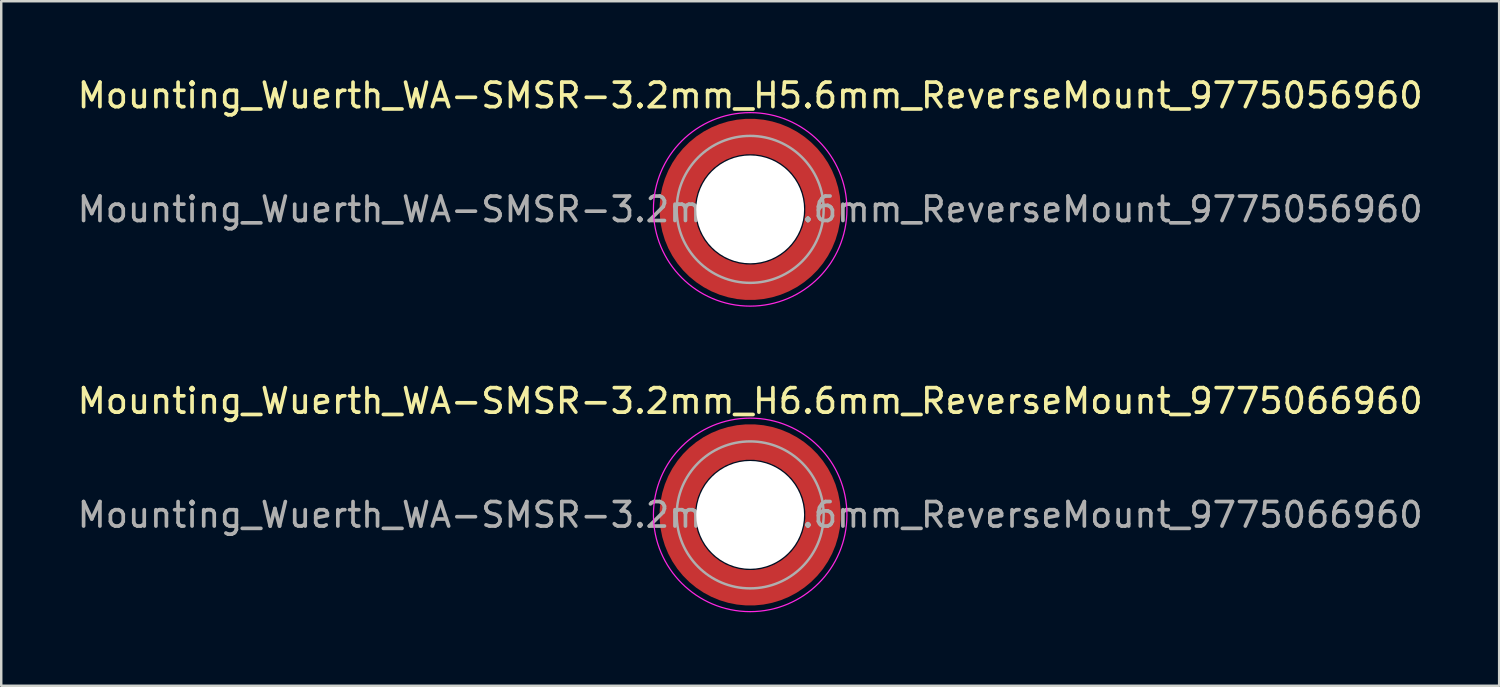
<source format=kicad_pcb>
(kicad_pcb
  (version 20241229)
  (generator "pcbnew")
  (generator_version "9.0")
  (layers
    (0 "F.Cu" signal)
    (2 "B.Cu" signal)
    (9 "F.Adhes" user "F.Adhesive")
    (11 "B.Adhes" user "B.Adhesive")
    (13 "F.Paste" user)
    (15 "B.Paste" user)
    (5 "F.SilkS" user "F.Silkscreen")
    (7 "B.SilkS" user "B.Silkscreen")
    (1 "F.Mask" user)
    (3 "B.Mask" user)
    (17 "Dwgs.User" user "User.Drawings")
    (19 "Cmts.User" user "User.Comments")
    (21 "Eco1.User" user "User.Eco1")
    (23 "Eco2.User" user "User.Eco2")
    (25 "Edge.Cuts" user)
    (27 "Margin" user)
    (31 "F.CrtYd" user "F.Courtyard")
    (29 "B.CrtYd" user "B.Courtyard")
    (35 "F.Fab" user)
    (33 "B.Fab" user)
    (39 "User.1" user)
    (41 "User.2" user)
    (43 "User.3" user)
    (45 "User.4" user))
  (footprint "Mounting_Wuerth_WA-SMSR-3.2mm_H6.6mm_ReverseMount_9775066960"
    (layer "F.Cu")
    (at 27.577 17.971)
    (property "Reference" "Mounting_Wuerth_WA-SMSR-3.2mm_H6.6mm_ReverseMount_9775066960" (at 0 -4.65 0) (layer "F.SilkS") (effects (font (size 1 1) (thickness 0.15))))
    (attr smd)
    (fp_circle (center 0 0) (end 3.95 0) (stroke (width 0.05) (type solid)) (fill no) (layer "F.CrtYd"))
    (fp_circle (center 0 0) (end 3 0) (stroke (width 0.1) (type solid)) (fill no) (layer "F.Fab"))
    (fp_text user "${REFERENCE}" (at 0 0 0) (layer "F.Fab") (effects (font (size 1 1) (thickness 0.15))))
    (pad "" smd custom (at -2.095 -2.095) (size 0.945 0.945) (layers "F.Paste") (options (anchor circle)) (primitives (gr_arc (start -0.24231 1.594804) (mid 0.404104 0.405534) (end 1.592827 -0.241886) (width 0.2)) (gr_arc (start -0.3398 1.594804) (mid 0.335987 0.338711) (end 1.591031 -0.339022) (width 0.2)) (gr_arc (start -0.437132 1.594804) (mid 0.268952 0.270807) (end 1.592231 -0.436623) (width 0.2)) (gr_arc (start -0.534324 1.594804) (mid 0.201345 0.203474) (end 1.591846 -0.53376) (width 0.2)) (gr_arc (start -0.631391 1.594804) (mid 0.134696 0.135183) (end 1.594126 -0.631267) (width 0.2)) (gr_arc (start -0.728345 1.594804) (mid 0.067234 0.067705) (end 1.594149 -0.728229) (width 0.2)) (gr_arc (start -0.825197 1.594804) (mid -0.001218 0.001219) (end 1.591408 -0.824614) (width 0.2)) (gr_arc (start -0.921958 1.594804) (mid -0.068952 -0.065985) (end 1.590665 -0.921269) (width 0.2)) (gr_arc (start -1.018637 1.594804) (mid -0.135972 -0.133907) (end 1.59192 -1.018172) (width 0.2)) (gr_arc (start -1.115239 1.594804) (mid -0.20428 -0.200537) (end 1.589574 -1.11442) (width 0.2)) (gr_arc (start -1.211773 1.594804) (mid -0.26993 -0.269828) (end 1.594662 -1.211751) (width 0.2)) (gr_arc (start -1.308244 1.594804) (mid -0.33911 -0.335587) (end 1.589875 -1.307516) (width 0.2)) (gr_arc (start -1.404657 1.594804) (mid -0.405633 -0.404004) (end 1.592524 -1.404331) (width 0.2)) (gr_arc (start -1.404657 1.594804) (mid -0.405633 -0.404004) (end 1.592524 -1.404331) (width 0.2)) (gr_line (start 1.595 -0.242) (end 1.595 -1.405) (width 0.2)) (gr_line (start -0.242 1.595) (end -1.405 1.595) (width 0.2))))
    (pad "" smd custom (at -2.095 2.095) (size 0.945 0.945) (layers "F.Paste") (options (anchor circle)) (primitives (gr_arc (start 1.594804 0.24231) (mid 0.405534 -0.404104) (end -0.241886 -1.592827) (width 0.2)) (gr_arc (start 1.594804 0.3398) (mid 0.338711 -0.335987) (end -0.339022 -1.591031) (width 0.2)) (gr_arc (start 1.594804 0.437132) (mid 0.270807 -0.268952) (end -0.436623 -1.592231) (width 0.2)) (gr_arc (start 1.594804 0.534324) (mid 0.203474 -0.201345) (end -0.53376 -1.591846) (width 0.2)) (gr_arc (start 1.594804 0.631391) (mid 0.135183 -0.134696) (end -0.631267 -1.594126) (width 0.2)) (gr_arc (start 1.594804 0.728345) (mid 0.067705 -0.067234) (end -0.728229 -1.594149) (width 0.2)) (gr_arc (start 1.594804 0.825197) (mid 0.001219 0.001218) (end -0.824614 -1.591408) (width 0.2)) (gr_arc (start 1.594804 0.921958) (mid -0.065985 0.068952) (end -0.921269 -1.590665) (width 0.2)) (gr_arc (start 1.594804 1.018637) (mid -0.133907 0.135972) (end -1.018172 -1.59192) (width 0.2)) (gr_arc (start 1.594804 1.115239) (mid -0.200537 0.20428) (end -1.11442 -1.589574) (width 0.2)) (gr_arc (start 1.594804 1.211773) (mid -0.269828 0.26993) (end -1.211751 -1.594662) (width 0.2)) (gr_arc (start 1.594804 1.308244) (mid -0.335587 0.33911) (end -1.307516 -1.589875) (width 0.2)) (gr_arc (start 1.594804 1.404657) (mid -0.404004 0.405633) (end -1.404331 -1.592524) (width 0.2)) (gr_arc (start 1.594804 1.404657) (mid -0.404004 0.405633) (end -1.404331 -1.592524) (width 0.2)) (gr_line (start -0.242 -1.595) (end -1.405 -1.595) (width 0.2)) (gr_line (start 1.595 0.242) (end 1.595 1.405) (width 0.2))))
    (pad "" np_thru_hole circle (at 0 0) (size 4.4 4.4) (drill 4.4) (layers "*.Cu" "*.Mask"))
    (pad "" smd custom (at 2.095 -2.095) (size 0.945 0.945) (layers "F.Paste") (options (anchor circle)) (primitives (gr_arc (start -1.594804 -0.24231) (mid -0.405534 0.404104) (end 0.241886 1.592827) (width 0.2)) (gr_arc (start -1.594804 -0.3398) (mid -0.338711 0.335987) (end 0.339022 1.591031) (width 0.2)) (gr_arc (start -1.594804 -0.437132) (mid -0.270807 0.268952) (end 0.436623 1.592231) (width 0.2)) (gr_arc (start -1.594804 -0.534324) (mid -0.203474 0.201345) (end 0.53376 1.591846) (width 0.2)) (gr_arc (start -1.594804 -0.631391) (mid -0.135183 0.134696) (end 0.631267 1.594126) (width 0.2)) (gr_arc (start -1.594804 -0.728345) (mid -0.067705 0.067234) (end 0.728229 1.594149) (width 0.2)) (gr_arc (start -1.594804 -0.825197) (mid -0.001219 -0.001218) (end 0.824614 1.591408) (width 0.2)) (gr_arc (start -1.594804 -0.921958) (mid 0.065985 -0.068952) (end 0.921269 1.590665) (width 0.2)) (gr_arc (start -1.594804 -1.018637) (mid 0.133907 -0.135972) (end 1.018172 1.59192) (width 0.2)) (gr_arc (start -1.594804 -1.115239) (mid 0.200537 -0.20428) (end 1.11442 1.589574) (width 0.2)) (gr_arc (start -1.594804 -1.211773) (mid 0.269828 -0.26993) (end 1.211751 1.594662) (width 0.2)) (gr_arc (start -1.594804 -1.308244) (mid 0.335587 -0.33911) (end 1.307516 1.589875) (width 0.2)) (gr_arc (start -1.594804 -1.404657) (mid 0.404004 -0.405633) (end 1.404331 1.592524) (width 0.2)) (gr_arc (start -1.594804 -1.404657) (mid 0.404004 -0.405633) (end 1.404331 1.592524) (width 0.2)) (gr_line (start 0.242 1.595) (end 1.405 1.595) (width 0.2)) (gr_line (start -1.595 -0.242) (end -1.595 -1.405) (width 0.2))))
    (pad "" smd custom (at 2.095 2.095) (size 0.945 0.945) (layers "F.Paste") (options (anchor circle)) (primitives (gr_arc (start 0.24231 -1.594804) (mid -0.404104 -0.405534) (end -1.592827 0.241886) (width 0.2)) (gr_arc (start 0.3398 -1.594804) (mid -0.335987 -0.338711) (end -1.591031 0.339022) (width 0.2)) (gr_arc (start 0.437132 -1.594804) (mid -0.268952 -0.270807) (end -1.592231 0.436623) (width 0.2)) (gr_arc (start 0.534324 -1.594804) (mid -0.201345 -0.203474) (end -1.591846 0.53376) (width 0.2)) (gr_arc (start 0.631391 -1.594804) (mid -0.134696 -0.135183) (end -1.594126 0.631267) (width 0.2)) (gr_arc (start 0.728345 -1.594804) (mid -0.067234 -0.067705) (end -1.594149 0.728229) (width 0.2)) (gr_arc (start 0.825197 -1.594804) (mid 0.001218 -0.001219) (end -1.591408 0.824614) (width 0.2)) (gr_arc (start 0.921958 -1.594804) (mid 0.068952 0.065985) (end -1.590665 0.921269) (width 0.2)) (gr_arc (start 1.018637 -1.594804) (mid 0.135972 0.133907) (end -1.59192 1.018172) (width 0.2)) (gr_arc (start 1.115239 -1.594804) (mid 0.20428 0.200537) (end -1.589574 1.11442) (width 0.2)) (gr_arc (start 1.211773 -1.594804) (mid 0.26993 0.269828) (end -1.594662 1.211751) (width 0.2)) (gr_arc (start 1.308244 -1.594804) (mid 0.33911 0.335587) (end -1.589875 1.307516) (width 0.2)) (gr_arc (start 1.404657 -1.594804) (mid 0.405633 0.404004) (end -1.592524 1.404331) (width 0.2)) (gr_arc (start 1.404657 -1.594804) (mid 0.405633 0.404004) (end -1.592524 1.404331) (width 0.2)) (gr_line (start -1.595 0.242) (end -1.595 1.405) (width 0.2)) (gr_line (start 0.242 -1.595) (end 1.405 -1.595) (width 0.2))))
    (pad "1" smd circle (at -2.975 0) (size 1.05 1.05) (layers "F.Cu"))
    (pad "1" smd circle (at 0 -2.975) (size 1.05 1.05) (layers "F.Cu"))
    (pad "1" smd circle (at 0 2.975) (size 1.05 1.05) (layers "F.Cu"))
    (pad "1" smd custom (at 2.975 0) (size 1.05 1.05) (layers "F.Cu" "F.Mask") (options (anchor circle)) (primitives (gr_circle (center -2.975 0) (end 0 0) (width 1.45) (fill no)))))
  (footprint "Mounting_Wuerth_WA-SMSR-3.2mm_H5.6mm_ReverseMount_9775056960"
    (layer "F.Cu")
    (at 27.577 5.498)
    (property "Reference" "Mounting_Wuerth_WA-SMSR-3.2mm_H5.6mm_ReverseMount_9775056960" (at 0 -4.65 0) (layer "F.SilkS") (effects (font (size 1 1) (thickness 0.15))))
    (attr smd)
    (fp_circle (center 0 0) (end 3.95 0) (stroke (width 0.05) (type solid)) (fill no) (layer "F.CrtYd"))
    (fp_circle (center 0 0) (end 3 0) (stroke (width 0.1) (type solid)) (fill no) (layer "F.Fab"))
    (fp_text user "${REFERENCE}" (at 0 0 0) (layer "F.Fab") (effects (font (size 1 1) (thickness 0.15))))
    (pad "" smd custom (at -2.095 -2.095) (size 0.945 0.945) (layers "F.Paste") (options (anchor circle)) (primitives (gr_arc (start -0.24231 1.594804) (mid 0.404104 0.405534) (end 1.592827 -0.241886) (width 0.2)) (gr_arc (start -0.3398 1.594804) (mid 0.335987 0.338711) (end 1.591031 -0.339022) (width 0.2)) (gr_arc (start -0.437132 1.594804) (mid 0.268952 0.270807) (end 1.592231 -0.436623) (width 0.2)) (gr_arc (start -0.534324 1.594804) (mid 0.201345 0.203474) (end 1.591846 -0.53376) (width 0.2)) (gr_arc (start -0.631391 1.594804) (mid 0.134696 0.135183) (end 1.594126 -0.631267) (width 0.2)) (gr_arc (start -0.728345 1.594804) (mid 0.067234 0.067705) (end 1.594149 -0.728229) (width 0.2)) (gr_arc (start -0.825197 1.594804) (mid -0.001218 0.001219) (end 1.591408 -0.824614) (width 0.2)) (gr_arc (start -0.921958 1.594804) (mid -0.068952 -0.065985) (end 1.590665 -0.921269) (width 0.2)) (gr_arc (start -1.018637 1.594804) (mid -0.135972 -0.133907) (end 1.59192 -1.018172) (width 0.2)) (gr_arc (start -1.115239 1.594804) (mid -0.20428 -0.200537) (end 1.589574 -1.11442) (width 0.2)) (gr_arc (start -1.211773 1.594804) (mid -0.26993 -0.269828) (end 1.594662 -1.211751) (width 0.2)) (gr_arc (start -1.308244 1.594804) (mid -0.33911 -0.335587) (end 1.589875 -1.307516) (width 0.2)) (gr_arc (start -1.404657 1.594804) (mid -0.405633 -0.404004) (end 1.592524 -1.404331) (width 0.2)) (gr_arc (start -1.404657 1.594804) (mid -0.405633 -0.404004) (end 1.592524 -1.404331) (width 0.2)) (gr_line (start 1.595 -0.242) (end 1.595 -1.405) (width 0.2)) (gr_line (start -0.242 1.595) (end -1.405 1.595) (width 0.2))))
    (pad "" smd custom (at -2.095 2.095) (size 0.945 0.945) (layers "F.Paste") (options (anchor circle)) (primitives (gr_arc (start 1.594804 0.24231) (mid 0.405534 -0.404104) (end -0.241886 -1.592827) (width 0.2)) (gr_arc (start 1.594804 0.3398) (mid 0.338711 -0.335987) (end -0.339022 -1.591031) (width 0.2)) (gr_arc (start 1.594804 0.437132) (mid 0.270807 -0.268952) (end -0.436623 -1.592231) (width 0.2)) (gr_arc (start 1.594804 0.534324) (mid 0.203474 -0.201345) (end -0.53376 -1.591846) (width 0.2)) (gr_arc (start 1.594804 0.631391) (mid 0.135183 -0.134696) (end -0.631267 -1.594126) (width 0.2)) (gr_arc (start 1.594804 0.728345) (mid 0.067705 -0.067234) (end -0.728229 -1.594149) (width 0.2)) (gr_arc (start 1.594804 0.825197) (mid 0.001219 0.001218) (end -0.824614 -1.591408) (width 0.2)) (gr_arc (start 1.594804 0.921958) (mid -0.065985 0.068952) (end -0.921269 -1.590665) (width 0.2)) (gr_arc (start 1.594804 1.018637) (mid -0.133907 0.135972) (end -1.018172 -1.59192) (width 0.2)) (gr_arc (start 1.594804 1.115239) (mid -0.200537 0.20428) (end -1.11442 -1.589574) (width 0.2)) (gr_arc (start 1.594804 1.211773) (mid -0.269828 0.26993) (end -1.211751 -1.594662) (width 0.2)) (gr_arc (start 1.594804 1.308244) (mid -0.335587 0.33911) (end -1.307516 -1.589875) (width 0.2)) (gr_arc (start 1.594804 1.404657) (mid -0.404004 0.405633) (end -1.404331 -1.592524) (width 0.2)) (gr_arc (start 1.594804 1.404657) (mid -0.404004 0.405633) (end -1.404331 -1.592524) (width 0.2)) (gr_line (start -0.242 -1.595) (end -1.405 -1.595) (width 0.2)) (gr_line (start 1.595 0.242) (end 1.595 1.405) (width 0.2))))
    (pad "" np_thru_hole circle (at 0 0) (size 4.4 4.4) (drill 4.4) (layers "*.Cu" "*.Mask"))
    (pad "" smd custom (at 2.095 -2.095) (size 0.945 0.945) (layers "F.Paste") (options (anchor circle)) (primitives (gr_arc (start -1.594804 -0.24231) (mid -0.405534 0.404104) (end 0.241886 1.592827) (width 0.2)) (gr_arc (start -1.594804 -0.3398) (mid -0.338711 0.335987) (end 0.339022 1.591031) (width 0.2)) (gr_arc (start -1.594804 -0.437132) (mid -0.270807 0.268952) (end 0.436623 1.592231) (width 0.2)) (gr_arc (start -1.594804 -0.534324) (mid -0.203474 0.201345) (end 0.53376 1.591846) (width 0.2)) (gr_arc (start -1.594804 -0.631391) (mid -0.135183 0.134696) (end 0.631267 1.594126) (width 0.2)) (gr_arc (start -1.594804 -0.728345) (mid -0.067705 0.067234) (end 0.728229 1.594149) (width 0.2)) (gr_arc (start -1.594804 -0.825197) (mid -0.001219 -0.001218) (end 0.824614 1.591408) (width 0.2)) (gr_arc (start -1.594804 -0.921958) (mid 0.065985 -0.068952) (end 0.921269 1.590665) (width 0.2)) (gr_arc (start -1.594804 -1.018637) (mid 0.133907 -0.135972) (end 1.018172 1.59192) (width 0.2)) (gr_arc (start -1.594804 -1.115239) (mid 0.200537 -0.20428) (end 1.11442 1.589574) (width 0.2)) (gr_arc (start -1.594804 -1.211773) (mid 0.269828 -0.26993) (end 1.211751 1.594662) (width 0.2)) (gr_arc (start -1.594804 -1.308244) (mid 0.335587 -0.33911) (end 1.307516 1.589875) (width 0.2)) (gr_arc (start -1.594804 -1.404657) (mid 0.404004 -0.405633) (end 1.404331 1.592524) (width 0.2)) (gr_arc (start -1.594804 -1.404657) (mid 0.404004 -0.405633) (end 1.404331 1.592524) (width 0.2)) (gr_line (start 0.242 1.595) (end 1.405 1.595) (width 0.2)) (gr_line (start -1.595 -0.242) (end -1.595 -1.405) (width 0.2))))
    (pad "" smd custom (at 2.095 2.095) (size 0.945 0.945) (layers "F.Paste") (options (anchor circle)) (primitives (gr_arc (start 0.24231 -1.594804) (mid -0.404104 -0.405534) (end -1.592827 0.241886) (width 0.2)) (gr_arc (start 0.3398 -1.594804) (mid -0.335987 -0.338711) (end -1.591031 0.339022) (width 0.2)) (gr_arc (start 0.437132 -1.594804) (mid -0.268952 -0.270807) (end -1.592231 0.436623) (width 0.2)) (gr_arc (start 0.534324 -1.594804) (mid -0.201345 -0.203474) (end -1.591846 0.53376) (width 0.2)) (gr_arc (start 0.631391 -1.594804) (mid -0.134696 -0.135183) (end -1.594126 0.631267) (width 0.2)) (gr_arc (start 0.728345 -1.594804) (mid -0.067234 -0.067705) (end -1.594149 0.728229) (width 0.2)) (gr_arc (start 0.825197 -1.594804) (mid 0.001218 -0.001219) (end -1.591408 0.824614) (width 0.2)) (gr_arc (start 0.921958 -1.594804) (mid 0.068952 0.065985) (end -1.590665 0.921269) (width 0.2)) (gr_arc (start 1.018637 -1.594804) (mid 0.135972 0.133907) (end -1.59192 1.018172) (width 0.2)) (gr_arc (start 1.115239 -1.594804) (mid 0.20428 0.200537) (end -1.589574 1.11442) (width 0.2)) (gr_arc (start 1.211773 -1.594804) (mid 0.26993 0.269828) (end -1.594662 1.211751) (width 0.2)) (gr_arc (start 1.308244 -1.594804) (mid 0.33911 0.335587) (end -1.589875 1.307516) (width 0.2)) (gr_arc (start 1.404657 -1.594804) (mid 0.405633 0.404004) (end -1.592524 1.404331) (width 0.2)) (gr_arc (start 1.404657 -1.594804) (mid 0.405633 0.404004) (end -1.592524 1.404331) (width 0.2)) (gr_line (start -1.595 0.242) (end -1.595 1.405) (width 0.2)) (gr_line (start 0.242 -1.595) (end 1.405 -1.595) (width 0.2))))
    (pad "1" smd circle (at -2.975 0) (size 1.05 1.05) (layers "F.Cu"))
    (pad "1" smd circle (at 0 -2.975) (size 1.05 1.05) (layers "F.Cu"))
    (pad "1" smd circle (at 0 2.975) (size 1.05 1.05) (layers "F.Cu"))
    (pad "1" smd custom (at 2.975 0) (size 1.05 1.05) (layers "F.Cu" "F.Mask") (options (anchor circle)) (primitives (gr_circle (center -2.975 0) (end 0 0) (width 1.45) (fill no)))))
  (gr_rect
    (start -3 -3)
    (end 58.155 24.947)
    (stroke (width 0.1) (type default))
    (fill no)
    (layer "Edge.Cuts")))
</source>
